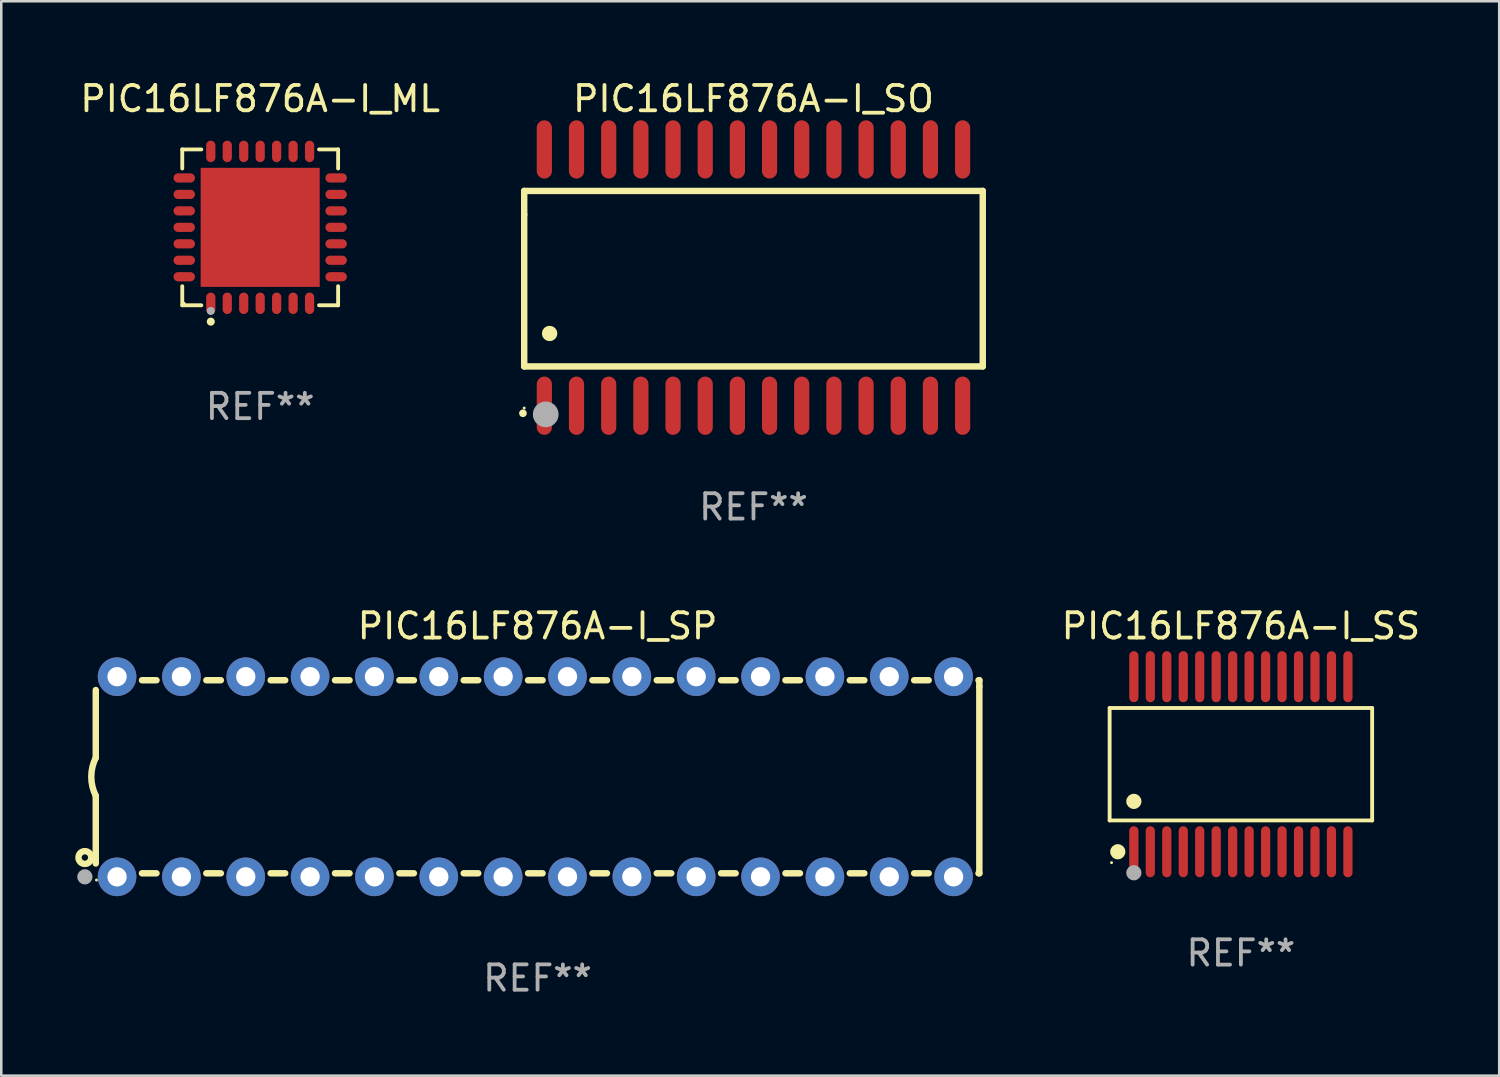
<source format=kicad_pcb>
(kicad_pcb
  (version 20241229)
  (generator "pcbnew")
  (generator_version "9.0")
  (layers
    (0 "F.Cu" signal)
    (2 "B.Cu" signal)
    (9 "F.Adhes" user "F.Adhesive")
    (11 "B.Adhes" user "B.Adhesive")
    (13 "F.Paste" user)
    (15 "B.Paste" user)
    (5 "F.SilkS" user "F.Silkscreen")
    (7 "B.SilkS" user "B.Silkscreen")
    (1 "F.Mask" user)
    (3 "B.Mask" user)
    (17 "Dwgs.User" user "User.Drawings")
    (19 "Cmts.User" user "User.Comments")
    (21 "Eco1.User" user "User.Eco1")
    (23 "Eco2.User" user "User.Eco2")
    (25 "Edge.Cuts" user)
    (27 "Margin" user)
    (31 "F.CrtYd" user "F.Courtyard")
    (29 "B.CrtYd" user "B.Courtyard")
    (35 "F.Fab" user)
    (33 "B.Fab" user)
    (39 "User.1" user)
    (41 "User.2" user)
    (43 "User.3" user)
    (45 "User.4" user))
  (footprint "PIC16LF876A-I_SP"
    (layer "F.Cu")
    (at 18.168 27.61)
    (property "Reference" "PIC16LF876A-I_SP" (at 0 -5.95 0) (layer "F.SilkS") (effects (font (size 1 1) (thickness 0.15))))
    (attr through_hole)
    (fp_line (start -17.438 0.75) (end -17.438 3.423) (stroke (width 0.254) (type solid)) (layer "F.SilkS"))
    (fp_line (start -17.438 -3.423) (end -17.438 -0.75) (stroke (width 0.254) (type solid)) (layer "F.SilkS"))
    (fp_line (start -15.615 3.81) (end -15.041 3.81) (stroke (width 0.254) (type solid)) (layer "F.SilkS"))
    (fp_line (start -15.041 -3.81) (end -15.614 -3.81) (stroke (width 0.254) (type solid)) (layer "F.SilkS"))
    (fp_line (start -13.075 3.81) (end -12.501 3.81) (stroke (width 0.254) (type solid)) (layer "F.SilkS"))
    (fp_line (start -12.501 -3.81) (end -13.074 -3.81) (stroke (width 0.254) (type solid)) (layer "F.SilkS"))
    (fp_line (start -10.535 3.81) (end -9.961 3.81) (stroke (width 0.254) (type solid)) (layer "F.SilkS"))
    (fp_line (start -9.961 -3.81) (end -10.534 -3.81) (stroke (width 0.254) (type solid)) (layer "F.SilkS"))
    (fp_line (start -7.995 3.81) (end -7.421 3.81) (stroke (width 0.254) (type solid)) (layer "F.SilkS"))
    (fp_line (start -7.421 -3.81) (end -7.995 -3.81) (stroke (width 0.254) (type solid)) (layer "F.SilkS"))
    (fp_line (start -5.455 3.81) (end -4.881 3.81) (stroke (width 0.254) (type solid)) (layer "F.SilkS"))
    (fp_line (start -4.881 -3.81) (end -5.455 -3.81) (stroke (width 0.254) (type solid)) (layer "F.SilkS"))
    (fp_line (start -2.915 3.81) (end -2.341 3.81) (stroke (width 0.254) (type solid)) (layer "F.SilkS"))
    (fp_line (start -2.341 -3.81) (end -2.915 -3.81) (stroke (width 0.254) (type solid)) (layer "F.SilkS"))
    (fp_line (start -0.375 3.81) (end 0.199 3.81) (stroke (width 0.254) (type solid)) (layer "F.SilkS"))
    (fp_line (start 0.199 -3.81) (end -0.375 -3.81) (stroke (width 0.254) (type solid)) (layer "F.SilkS"))
    (fp_line (start 2.165 3.81) (end 2.739 3.81) (stroke (width 0.254) (type solid)) (layer "F.SilkS"))
    (fp_line (start 2.739 -3.81) (end 2.165 -3.81) (stroke (width 0.254) (type solid)) (layer "F.SilkS"))
    (fp_line (start 4.705 3.81) (end 5.279 3.81) (stroke (width 0.254) (type solid)) (layer "F.SilkS"))
    (fp_line (start 5.279 -3.81) (end 4.705 -3.81) (stroke (width 0.254) (type solid)) (layer "F.SilkS"))
    (fp_line (start 7.245 3.81) (end 7.819 3.81) (stroke (width 0.254) (type solid)) (layer "F.SilkS"))
    (fp_line (start 7.819 -3.81) (end 7.245 -3.81) (stroke (width 0.254) (type solid)) (layer "F.SilkS"))
    (fp_line (start 9.785 3.81) (end 10.359 3.81) (stroke (width 0.254) (type solid)) (layer "F.SilkS"))
    (fp_line (start 10.359 -3.81) (end 9.785 -3.81) (stroke (width 0.254) (type solid)) (layer "F.SilkS"))
    (fp_line (start 12.325 3.81) (end 12.899 3.81) (stroke (width 0.254) (type solid)) (layer "F.SilkS"))
    (fp_line (start 12.899 -3.81) (end 12.325 -3.81) (stroke (width 0.254) (type solid)) (layer "F.SilkS"))
    (fp_line (start 14.865 3.81) (end 15.439 3.81) (stroke (width 0.254) (type solid)) (layer "F.SilkS"))
    (fp_line (start 15.439 -3.81) (end 14.865 -3.81) (stroke (width 0.254) (type solid)) (layer "F.SilkS"))
    (fp_line (start 17.405 3.81) (end 17.438 3.81) (stroke (width 0.254) (type solid)) (layer "F.SilkS"))
    (fp_line (start 17.438 -3.81) (end 17.405 -3.81) (stroke (width 0.254) (type solid)) (layer "F.SilkS"))
    (fp_line (start 17.438 -3.556) (end 17.438 -3.81) (stroke (width 0.254) (type solid)) (layer "F.SilkS"))
    (fp_line (start 17.438 3.81) (end 17.438 -3.556) (stroke (width 0.254) (type solid)) (layer "F.SilkS"))
    (fp_arc (start -17.437986 0.749657) (mid -17.614887 -0.000024) (end -17.437783 -0.749657) (stroke (width 0.254001) (type solid)) (layer "F.SilkS"))
    (fp_circle (center -17.868 3.188) (end -17.743 3.188) (stroke (width 0.254) (type solid)) (fill no) (layer "F.SilkS"))
    (fp_circle (center -17.411 4.077) (end -17.381 4.077) (stroke (width 0.06) (type solid)) (fill no) (layer "F.SilkS"))
    (fp_circle (center -17.868 3.95) (end -17.718 3.95) (stroke (width 0.3) (type solid)) (fill no) (layer "F.Fab"))
    (fp_text user "REF**" (at 0 7.95 0) (layer "F.Fab") (effects (font (size 1 1) (thickness 0.15))))
    (pad "1" thru_hole circle (at -16.598 3.95) (size 1.524 1.524) (drill 0.762) (layers "*.Cu" "*.Mask"))
    (pad "2" thru_hole circle (at -14.058 3.95) (size 1.524 1.524) (drill 0.762) (layers "*.Cu" "*.Mask"))
    (pad "3" thru_hole circle (at -11.518 3.95) (size 1.524 1.524) (drill 0.762) (layers "*.Cu" "*.Mask"))
    (pad "4" thru_hole circle (at -8.978 3.95) (size 1.524 1.524) (drill 0.762) (layers "*.Cu" "*.Mask"))
    (pad "5" thru_hole circle (at -6.438 3.95) (size 1.524 1.524) (drill 0.762) (layers "*.Cu" "*.Mask"))
    (pad "6" thru_hole circle (at -3.898 3.95) (size 1.524 1.524) (drill 0.762) (layers "*.Cu" "*.Mask"))
    (pad "7" thru_hole circle (at -1.358 3.95) (size 1.524 1.524) (drill 0.762) (layers "*.Cu" "*.Mask"))
    (pad "8" thru_hole circle (at 1.182 3.95) (size 1.524 1.524) (drill 0.762) (layers "*.Cu" "*.Mask"))
    (pad "9" thru_hole circle (at 3.722 3.95) (size 1.524 1.524) (drill 0.762) (layers "*.Cu" "*.Mask"))
    (pad "10" thru_hole circle (at 6.262 3.95) (size 1.524 1.524) (drill 0.762) (layers "*.Cu" "*.Mask"))
    (pad "11" thru_hole circle (at 8.802 3.95) (size 1.524 1.524) (drill 0.762) (layers "*.Cu" "*.Mask"))
    (pad "12" thru_hole circle (at 11.342 3.95) (size 1.524 1.524) (drill 0.762) (layers "*.Cu" "*.Mask"))
    (pad "13" thru_hole circle (at 13.882 3.95) (size 1.524 1.524) (drill 0.762) (layers "*.Cu" "*.Mask"))
    (pad "14" thru_hole circle (at 16.422 3.95) (size 1.524 1.524) (drill 0.762) (layers "*.Cu" "*.Mask"))
    (pad "15" thru_hole circle (at 16.422 -3.95) (size 1.524 1.524) (drill 0.762) (layers "*.Cu" "*.Mask"))
    (pad "16" thru_hole circle (at 13.882 -3.95) (size 1.524 1.524) (drill 0.762) (layers "*.Cu" "*.Mask"))
    (pad "17" thru_hole circle (at 11.342 -3.95) (size 1.524 1.524) (drill 0.762) (layers "*.Cu" "*.Mask"))
    (pad "18" thru_hole circle (at 8.802 -3.95) (size 1.524 1.524) (drill 0.762) (layers "*.Cu" "*.Mask"))
    (pad "19" thru_hole circle (at 6.262 -3.95) (size 1.524 1.524) (drill 0.762) (layers "*.Cu" "*.Mask"))
    (pad "20" thru_hole circle (at 3.722 -3.95) (size 1.524 1.524) (drill 0.762) (layers "*.Cu" "*.Mask"))
    (pad "21" thru_hole circle (at 1.182 -3.95) (size 1.524 1.524) (drill 0.762) (layers "*.Cu" "*.Mask"))
    (pad "22" thru_hole circle (at -1.358 -3.95) (size 1.524 1.524) (drill 0.762) (layers "*.Cu" "*.Mask"))
    (pad "23" thru_hole circle (at -3.898 -3.95) (size 1.524 1.524) (drill 0.762) (layers "*.Cu" "*.Mask"))
    (pad "24" thru_hole circle (at -6.438 -3.95) (size 1.524 1.524) (drill 0.762) (layers "*.Cu" "*.Mask"))
    (pad "25" thru_hole circle (at -8.978 -3.95) (size 1.524 1.524) (drill 0.762) (layers "*.Cu" "*.Mask"))
    (pad "26" thru_hole circle (at -11.517 -3.95) (size 1.524 1.524) (drill 0.762) (layers "*.Cu" "*.Mask"))
    (pad "27" thru_hole circle (at -14.057 -3.95) (size 1.524 1.524) (drill 0.762) (layers "*.Cu" "*.Mask"))
    (pad "28" thru_hole circle (at -16.597 -3.95) (size 1.524 1.524) (drill 0.762) (layers "*.Cu" "*.Mask")))
  (footprint "PIC16LF876A-I_ML"
    (layer "F.Cu")
    (at 7.22 5.924)
    (property "Reference" "PIC16LF876A-I_ML" (at 0 -5.076 0) (layer "F.SilkS") (effects (font (size 1 1) (thickness 0.15))))
    (attr through_hole)
    (fp_line (start -3.076 -3.076) (end -2.323 -3.076) (stroke (width 0.152) (type solid)) (layer "F.SilkS"))
    (fp_line (start -3.076 -2.323) (end -3.076 -3.076) (stroke (width 0.152) (type solid)) (layer "F.SilkS"))
    (fp_line (start -3.076 2.323) (end -3.076 3.076) (stroke (width 0.152) (type solid)) (layer "F.SilkS"))
    (fp_line (start -3.076 3.076) (end -2.323 3.076) (stroke (width 0.152) (type solid)) (layer "F.SilkS"))
    (fp_line (start 3.076 -3.076) (end 2.323 -3.076) (stroke (width 0.152) (type solid)) (layer "F.SilkS"))
    (fp_line (start 3.076 -2.323) (end 3.076 -3.076) (stroke (width 0.152) (type solid)) (layer "F.SilkS"))
    (fp_line (start 3.076 2.323) (end 3.076 3.076) (stroke (width 0.152) (type solid)) (layer "F.SilkS"))
    (fp_line (start 3.076 3.076) (end 2.323 3.076) (stroke (width 0.152) (type solid)) (layer "F.SilkS"))
    (fp_circle (center -3 3) (end -2.97 3) (stroke (width 0.06) (type solid)) (fill no) (layer "F.SilkS"))
    (fp_circle (center -1.95 3.722) (end -1.87 3.722) (stroke (width 0.16) (type solid)) (fill no) (layer "F.SilkS"))
    (fp_circle (center -1.95 3.3) (end -1.87 3.3) (stroke (width 0.16) (type solid)) (fill no) (layer "F.Fab"))
    (fp_text user "REF**" (at 0 7.076 0) (layer "F.Fab") (effects (font (size 1 1) (thickness 0.15))))
    (pad "1" smd oval (at -1.95 2.998) (size 0.364 0.847) (layers "F.Cu" "F.Mask" "F.Paste"))
    (pad "2" smd oval (at -1.3 2.998) (size 0.364 0.847) (layers "F.Cu" "F.Mask" "F.Paste"))
    (pad "3" smd oval (at -0.65 2.998) (size 0.364 0.847) (layers "F.Cu" "F.Mask" "F.Paste"))
    (pad "4" smd oval (at 0 2.998) (size 0.364 0.847) (layers "F.Cu" "F.Mask" "F.Paste"))
    (pad "5" smd oval (at 0.65 2.998) (size 0.364 0.847) (layers "F.Cu" "F.Mask" "F.Paste"))
    (pad "6" smd oval (at 1.3 2.998) (size 0.364 0.847) (layers "F.Cu" "F.Mask" "F.Paste"))
    (pad "7" smd oval (at 1.95 2.998) (size 0.364 0.847) (layers "F.Cu" "F.Mask" "F.Paste"))
    (pad "8" smd oval (at 2.998 1.95) (size 0.847 0.364) (layers "F.Cu" "F.Mask" "F.Paste"))
    (pad "9" smd oval (at 2.998 1.3) (size 0.847 0.364) (layers "F.Cu" "F.Mask" "F.Paste"))
    (pad "10" smd oval (at 2.998 0.65) (size 0.847 0.364) (layers "F.Cu" "F.Mask" "F.Paste"))
    (pad "11" smd oval (at 2.998 0) (size 0.847 0.364) (layers "F.Cu" "F.Mask" "F.Paste"))
    (pad "12" smd oval (at 2.998 -0.65) (size 0.847 0.364) (layers "F.Cu" "F.Mask" "F.Paste"))
    (pad "13" smd oval (at 2.998 -1.3) (size 0.847 0.364) (layers "F.Cu" "F.Mask" "F.Paste"))
    (pad "14" smd oval (at 2.998 -1.95) (size 0.847 0.364) (layers "F.Cu" "F.Mask" "F.Paste"))
    (pad "15" smd oval (at 1.95 -2.998) (size 0.364 0.847) (layers "F.Cu" "F.Mask" "F.Paste"))
    (pad "16" smd oval (at 1.3 -2.998) (size 0.364 0.847) (layers "F.Cu" "F.Mask" "F.Paste"))
    (pad "17" smd oval (at 0.65 -2.998) (size 0.364 0.847) (layers "F.Cu" "F.Mask" "F.Paste"))
    (pad "18" smd oval (at 0 -2.998) (size 0.364 0.847) (layers "F.Cu" "F.Mask" "F.Paste"))
    (pad "19" smd oval (at -0.65 -2.998) (size 0.364 0.847) (layers "F.Cu" "F.Mask" "F.Paste"))
    (pad "20" smd oval (at -1.3 -2.998) (size 0.364 0.847) (layers "F.Cu" "F.Mask" "F.Paste"))
    (pad "21" smd oval (at -1.95 -2.998) (size 0.364 0.847) (layers "F.Cu" "F.Mask" "F.Paste"))
    (pad "22" smd oval (at -2.998 -1.95) (size 0.847 0.364) (layers "F.Cu" "F.Mask" "F.Paste"))
    (pad "23" smd oval (at -2.998 -1.3) (size 0.847 0.364) (layers "F.Cu" "F.Mask" "F.Paste"))
    (pad "24" smd oval (at -2.998 -0.65) (size 0.847 0.364) (layers "F.Cu" "F.Mask" "F.Paste"))
    (pad "25" smd oval (at -2.998 0) (size 0.847 0.364) (layers "F.Cu" "F.Mask" "F.Paste"))
    (pad "26" smd oval (at -2.998 0.65) (size 0.847 0.364) (layers "F.Cu" "F.Mask" "F.Paste"))
    (pad "27" smd oval (at -2.998 1.3) (size 0.847 0.364) (layers "F.Cu" "F.Mask" "F.Paste"))
    (pad "28" smd oval (at -2.998 1.95) (size 0.847 0.364) (layers "F.Cu" "F.Mask" "F.Paste"))
    (pad "29" smd rect (at 0 0) (size 4.7 4.7) (layers "F.Cu" "F.Mask" "F.Paste")))
  (footprint "PIC16LF876A-I_SO"
    (layer "F.Cu")
    (at 26.691 7.906)
    (property "Reference" "PIC16LF876A-I_SO" (at 0 -7.058 0) (layer "F.SilkS") (effects (font (size 1 1) (thickness 0.15))))
    (attr through_hole)
    (fp_line (start -9.05 -3.42) (end 9.05 -3.42) (stroke (width 0.254) (type solid)) (layer "F.SilkS"))
    (fp_line (start -9.05 -2.492) (end -9.05 -3.42) (stroke (width 0.254) (type solid)) (layer "F.SilkS"))
    (fp_line (start -9.05 3.508) (end -9.05 -2.492) (stroke (width 0.254) (type solid)) (layer "F.SilkS"))
    (fp_line (start 9.05 -3.42) (end 9.05 3.508) (stroke (width 0.254) (type solid)) (layer "F.SilkS"))
    (fp_line (start 9.05 3.508) (end -9.05 3.508) (stroke (width 0.254) (type solid)) (layer "F.SilkS"))
    (fp_arc (start -9.100838 5.35649) (mid -9.099568 5.356485) (end -9.098298 5.35649) (stroke (width 0.3) (type solid)) (layer "F.SilkS"))
    (fp_arc (start -8.049276 2.206883) (mid -8.046736 2.206872) (end -8.044196 2.206883) (stroke (width 0.6) (type solid)) (layer "F.SilkS"))
    (fp_circle (center -9.05 5.15) (end -9.02 5.15) (stroke (width 0.06) (type solid)) (fill no) (layer "F.SilkS"))
    (fp_circle (center -8.2 5.4) (end -7.946 5.4) (stroke (width 0.508) (type solid)) (fill no) (layer "F.Fab"))
    (fp_text user "REF**" (at 0 9.058 0) (layer "F.Fab") (effects (font (size 1 1) (thickness 0.15))))
    (pad "1" smd oval (at -8.255 5.058 180) (size 0.6 2.3) (layers "F.Cu" "F.Mask" "F.Paste"))
    (pad "2" smd oval (at -6.985 5.058 180) (size 0.6 2.3) (layers "F.Cu" "F.Mask" "F.Paste"))
    (pad "3" smd oval (at -5.715 5.058 180) (size 0.6 2.3) (layers "F.Cu" "F.Mask" "F.Paste"))
    (pad "4" smd oval (at -4.445 5.058 180) (size 0.6 2.3) (layers "F.Cu" "F.Mask" "F.Paste"))
    (pad "5" smd oval (at -3.175 5.058 180) (size 0.6 2.3) (layers "F.Cu" "F.Mask" "F.Paste"))
    (pad "6" smd oval (at -1.905 5.058 180) (size 0.6 2.3) (layers "F.Cu" "F.Mask" "F.Paste"))
    (pad "7" smd oval (at -0.635 5.058 180) (size 0.6 2.3) (layers "F.Cu" "F.Mask" "F.Paste"))
    (pad "8" smd oval (at 0.635 5.058 180) (size 0.6 2.3) (layers "F.Cu" "F.Mask" "F.Paste"))
    (pad "9" smd oval (at 1.905 5.058 180) (size 0.6 2.3) (layers "F.Cu" "F.Mask" "F.Paste"))
    (pad "10" smd oval (at 3.175 5.058 180) (size 0.6 2.3) (layers "F.Cu" "F.Mask" "F.Paste"))
    (pad "11" smd oval (at 4.445 5.058 180) (size 0.6 2.3) (layers "F.Cu" "F.Mask" "F.Paste"))
    (pad "12" smd oval (at 5.715 5.058 180) (size 0.6 2.3) (layers "F.Cu" "F.Mask" "F.Paste"))
    (pad "13" smd oval (at 6.985 5.058 180) (size 0.6 2.3) (layers "F.Cu" "F.Mask" "F.Paste"))
    (pad "14" smd oval (at 8.255 5.058 180) (size 0.6 2.3) (layers "F.Cu" "F.Mask" "F.Paste"))
    (pad "15" smd oval (at 8.255 -5.058 180) (size 0.6 2.3) (layers "F.Cu" "F.Mask" "F.Paste"))
    (pad "16" smd oval (at 6.985 -5.058 180) (size 0.6 2.3) (layers "F.Cu" "F.Mask" "F.Paste"))
    (pad "17" smd oval (at 5.715 -5.058 180) (size 0.6 2.3) (layers "F.Cu" "F.Mask" "F.Paste"))
    (pad "18" smd oval (at 4.445 -5.058 180) (size 0.6 2.3) (layers "F.Cu" "F.Mask" "F.Paste"))
    (pad "19" smd oval (at 3.175 -5.058 180) (size 0.6 2.3) (layers "F.Cu" "F.Mask" "F.Paste"))
    (pad "20" smd oval (at 1.905 -5.058 180) (size 0.6 2.3) (layers "F.Cu" "F.Mask" "F.Paste"))
    (pad "21" smd oval (at 0.635 -5.058 180) (size 0.6 2.3) (layers "F.Cu" "F.Mask" "F.Paste"))
    (pad "22" smd oval (at -0.635 -5.058 180) (size 0.6 2.3) (layers "F.Cu" "F.Mask" "F.Paste"))
    (pad "23" smd oval (at -1.905 -5.058 180) (size 0.6 2.3) (layers "F.Cu" "F.Mask" "F.Paste"))
    (pad "24" smd oval (at -3.175 -5.058 180) (size 0.6 2.3) (layers "F.Cu" "F.Mask" "F.Paste"))
    (pad "25" smd oval (at -4.445 -5.058 180) (size 0.6 2.3) (layers "F.Cu" "F.Mask" "F.Paste"))
    (pad "26" smd oval (at -5.715 -5.058 180) (size 0.6 2.3) (layers "F.Cu" "F.Mask" "F.Paste"))
    (pad "27" smd oval (at -6.985 -5.058 180) (size 0.6 2.3) (layers "F.Cu" "F.Mask" "F.Paste"))
    (pad "28" smd oval (at -8.255 -5.058 180) (size 0.6 2.3) (layers "F.Cu" "F.Mask" "F.Paste")))
  (footprint "PIC16LF876A-I_SS"
    (layer "F.Cu")
    (at 45.93 27.115)
    (property "Reference" "PIC16LF876A-I_SS" (at 0 -5.455 0) (layer "F.SilkS") (effects (font (size 1 1) (thickness 0.15))))
    (attr through_hole)
    (fp_line (start -5.181 -2.219) (end 5.181 -2.219) (stroke (width 0.152) (type solid)) (layer "F.SilkS"))
    (fp_line (start -5.181 2.219) (end -5.181 -2.219) (stroke (width 0.152) (type solid)) (layer "F.SilkS"))
    (fp_line (start 5.181 -2.219) (end 5.181 2.219) (stroke (width 0.152) (type solid)) (layer "F.SilkS"))
    (fp_line (start 5.181 2.219) (end -5.181 2.219) (stroke (width 0.152) (type solid)) (layer "F.SilkS"))
    (fp_circle (center -5.105 3.885) (end -5.075 3.885) (stroke (width 0.06) (type solid)) (fill no) (layer "F.SilkS"))
    (fp_circle (center -4.859 3.455) (end -4.709 3.455) (stroke (width 0.3) (type solid)) (fill no) (layer "F.SilkS"))
    (fp_circle (center -4.225 1.467) (end -4.075 1.467) (stroke (width 0.3) (type solid)) (fill no) (layer "F.SilkS"))
    (fp_circle (center -4.225 4.285) (end -4.075 4.285) (stroke (width 0.3) (type solid)) (fill no) (layer "F.Fab"))
    (fp_text user "REF**" (at 0 7.455 0) (layer "F.Fab") (effects (font (size 1 1) (thickness 0.15))))
    (pad "1" smd oval (at -4.225 3.455) (size 0.364 2.015) (layers "F.Cu" "F.Mask" "F.Paste"))
    (pad "2" smd oval (at -3.575 3.455) (size 0.364 2.015) (layers "F.Cu" "F.Mask" "F.Paste"))
    (pad "3" smd oval (at -2.925 3.455) (size 0.364 2.015) (layers "F.Cu" "F.Mask" "F.Paste"))
    (pad "4" smd oval (at -2.275 3.455) (size 0.364 2.015) (layers "F.Cu" "F.Mask" "F.Paste"))
    (pad "5" smd oval (at -1.625 3.455) (size 0.364 2.015) (layers "F.Cu" "F.Mask" "F.Paste"))
    (pad "6" smd oval (at -0.975 3.455) (size 0.364 2.015) (layers "F.Cu" "F.Mask" "F.Paste"))
    (pad "7" smd oval (at -0.325 3.455) (size 0.364 2.015) (layers "F.Cu" "F.Mask" "F.Paste"))
    (pad "8" smd oval (at 0.325 3.455) (size 0.364 2.015) (layers "F.Cu" "F.Mask" "F.Paste"))
    (pad "9" smd oval (at 0.975 3.455) (size 0.364 2.015) (layers "F.Cu" "F.Mask" "F.Paste"))
    (pad "10" smd oval (at 1.625 3.455) (size 0.364 2.015) (layers "F.Cu" "F.Mask" "F.Paste"))
    (pad "11" smd oval (at 2.275 3.455) (size 0.364 2.015) (layers "F.Cu" "F.Mask" "F.Paste"))
    (pad "12" smd oval (at 2.925 3.455) (size 0.364 2.015) (layers "F.Cu" "F.Mask" "F.Paste"))
    (pad "13" smd oval (at 3.575 3.455) (size 0.364 2.015) (layers "F.Cu" "F.Mask" "F.Paste"))
    (pad "14" smd oval (at 4.225 3.455) (size 0.364 2.015) (layers "F.Cu" "F.Mask" "F.Paste"))
    (pad "15" smd oval (at 4.225 -3.455) (size 0.364 2.015) (layers "F.Cu" "F.Mask" "F.Paste"))
    (pad "16" smd oval (at 3.575 -3.455) (size 0.364 2.015) (layers "F.Cu" "F.Mask" "F.Paste"))
    (pad "17" smd oval (at 2.925 -3.455) (size 0.364 2.015) (layers "F.Cu" "F.Mask" "F.Paste"))
    (pad "18" smd oval (at 2.275 -3.455) (size 0.364 2.015) (layers "F.Cu" "F.Mask" "F.Paste"))
    (pad "19" smd oval (at 1.625 -3.455) (size 0.364 2.015) (layers "F.Cu" "F.Mask" "F.Paste"))
    (pad "20" smd oval (at 0.975 -3.455) (size 0.364 2.015) (layers "F.Cu" "F.Mask" "F.Paste"))
    (pad "21" smd oval (at 0.325 -3.455) (size 0.364 2.015) (layers "F.Cu" "F.Mask" "F.Paste"))
    (pad "22" smd oval (at -0.325 -3.455) (size 0.364 2.015) (layers "F.Cu" "F.Mask" "F.Paste"))
    (pad "23" smd oval (at -0.975 -3.455) (size 0.364 2.015) (layers "F.Cu" "F.Mask" "F.Paste"))
    (pad "24" smd oval (at -1.625 -3.455) (size 0.364 2.015) (layers "F.Cu" "F.Mask" "F.Paste"))
    (pad "25" smd oval (at -2.275 -3.455) (size 0.364 2.015) (layers "F.Cu" "F.Mask" "F.Paste"))
    (pad "26" smd oval (at -2.925 -3.455) (size 0.364 2.015) (layers "F.Cu" "F.Mask" "F.Paste"))
    (pad "27" smd oval (at -3.575 -3.455) (size 0.364 2.015) (layers "F.Cu" "F.Mask" "F.Paste"))
    (pad "28" smd oval (at -4.225 -3.455) (size 0.364 2.015) (layers "F.Cu" "F.Mask" "F.Paste")))
  (gr_rect
    (start -3 -3)
    (end 56.126 39.408)
    (stroke (width 0.1) (type default))
    (fill no)
    (layer "Edge.Cuts")))
</source>
